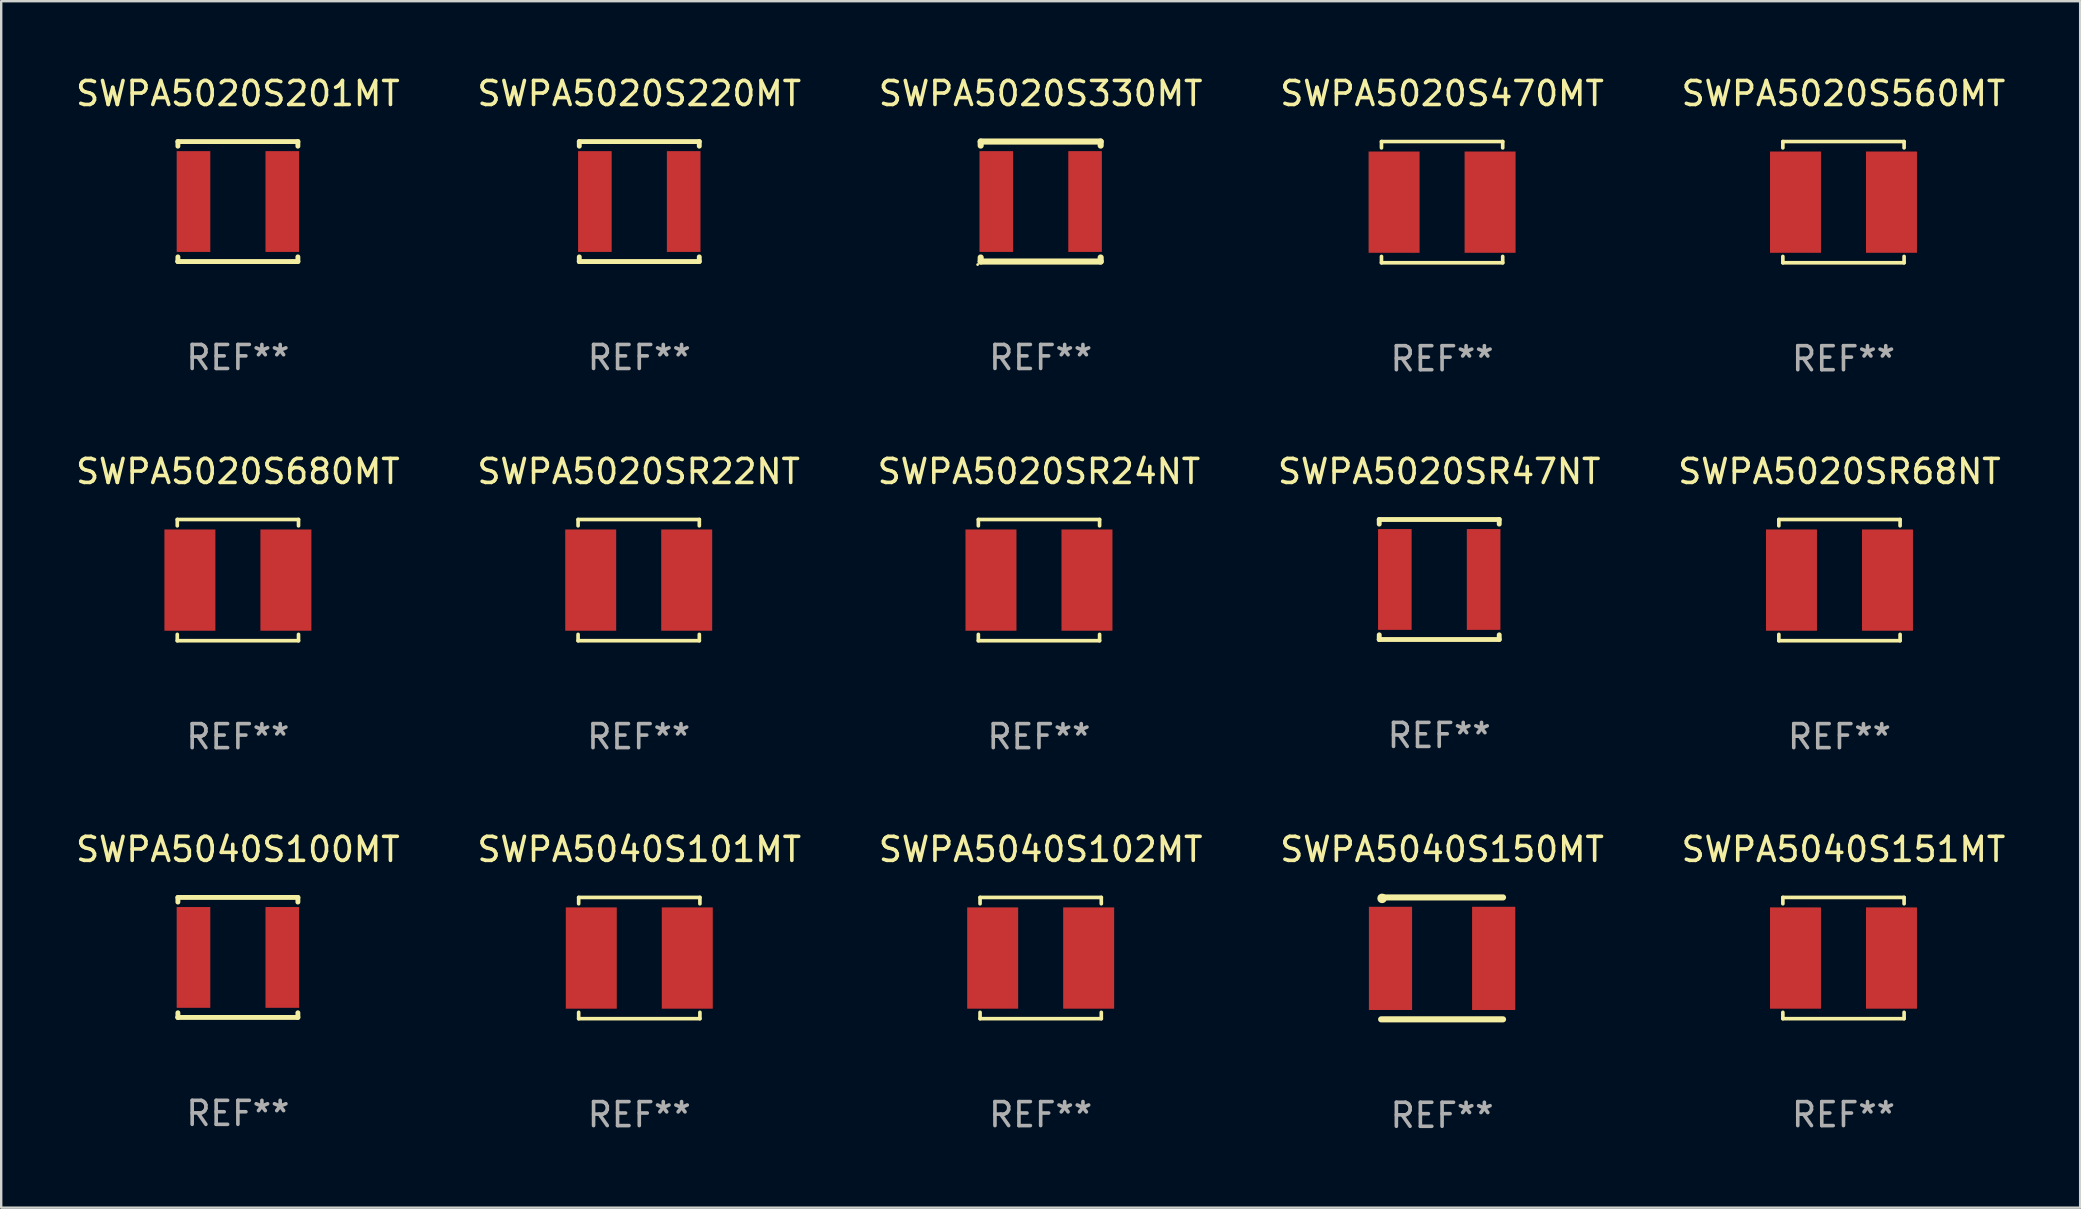
<source format=kicad_pcb>
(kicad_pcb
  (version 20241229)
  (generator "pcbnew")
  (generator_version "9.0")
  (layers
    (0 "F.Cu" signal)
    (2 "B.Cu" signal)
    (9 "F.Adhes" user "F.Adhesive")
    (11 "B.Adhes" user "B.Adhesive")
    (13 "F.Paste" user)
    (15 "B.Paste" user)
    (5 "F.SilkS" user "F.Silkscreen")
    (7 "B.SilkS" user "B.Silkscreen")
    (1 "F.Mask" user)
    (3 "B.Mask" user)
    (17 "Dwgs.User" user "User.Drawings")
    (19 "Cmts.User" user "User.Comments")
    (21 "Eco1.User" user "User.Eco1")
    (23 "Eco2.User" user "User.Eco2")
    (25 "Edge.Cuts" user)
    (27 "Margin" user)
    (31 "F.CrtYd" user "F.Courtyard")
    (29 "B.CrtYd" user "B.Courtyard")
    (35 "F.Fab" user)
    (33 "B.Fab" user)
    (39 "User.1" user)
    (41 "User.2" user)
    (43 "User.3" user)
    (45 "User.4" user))
  (footprint "SWPA5020S680MT"
    (layer "F.Cu")
    (at 6.863 21.123)
    (property "Reference" "SWPA5020S680MT" (at 0 -4.526 0) (layer "F.SilkS") (effects (font (size 1 1) (thickness 0.15))))
    (attr through_hole)
    (fp_line (start -2.526 -2.526) (end 2.526 -2.526) (stroke (width 0.152) (type solid)) (layer "F.SilkS"))
    (fp_line (start -2.526 -2.262) (end -2.526 -2.526) (stroke (width 0.152) (type solid)) (layer "F.SilkS"))
    (fp_line (start -2.526 2.262) (end -2.526 2.526) (stroke (width 0.152) (type solid)) (layer "F.SilkS"))
    (fp_line (start -2.526 2.526) (end 2.526 2.526) (stroke (width 0.152) (type solid)) (layer "F.SilkS"))
    (fp_line (start 2.526 -2.526) (end 2.526 -2.262) (stroke (width 0.152) (type solid)) (layer "F.SilkS"))
    (fp_line (start 2.526 2.526) (end 2.526 2.262) (stroke (width 0.152) (type solid)) (layer "F.SilkS"))
    (fp_circle (center 2.5 -2.5) (end 2.53 -2.5) (stroke (width 0.06) (type solid)) (fill no) (layer "F.SilkS"))
    (fp_text user "REF**" (at 0 6.526 0) (layer "F.Fab") (effects (font (size 1 1) (thickness 0.15))))
    (pad "1" smd rect (at 2 0) (size 2.124 4.22) (layers "F.Cu" "F.Mask" "F.Paste"))
    (pad "2" smd rect (at -2 0) (size 2.124 4.22) (layers "F.Cu" "F.Mask" "F.Paste")))
  (footprint "SWPA5040S151MT"
    (layer "F.Cu")
    (at 73.768 36.872)
    (property "Reference" "SWPA5040S151MT" (at 0 -4.526 0) (layer "F.SilkS") (effects (font (size 1 1) (thickness 0.15))))
    (attr through_hole)
    (fp_line (start -2.526 -2.526) (end 2.526 -2.526) (stroke (width 0.152) (type solid)) (layer "F.SilkS"))
    (fp_line (start -2.526 -2.262) (end -2.526 -2.526) (stroke (width 0.152) (type solid)) (layer "F.SilkS"))
    (fp_line (start -2.526 2.262) (end -2.526 2.526) (stroke (width 0.152) (type solid)) (layer "F.SilkS"))
    (fp_line (start -2.526 2.526) (end 2.526 2.526) (stroke (width 0.152) (type solid)) (layer "F.SilkS"))
    (fp_line (start 2.526 -2.526) (end 2.526 -2.262) (stroke (width 0.152) (type solid)) (layer "F.SilkS"))
    (fp_line (start 2.526 2.526) (end 2.526 2.262) (stroke (width 0.152) (type solid)) (layer "F.SilkS"))
    (fp_circle (center 2.5 -2.5) (end 2.53 -2.5) (stroke (width 0.06) (type solid)) (fill no) (layer "F.SilkS"))
    (fp_text user "REF**" (at 0 6.526 0) (layer "F.Fab") (effects (font (size 1 1) (thickness 0.15))))
    (pad "1" smd rect (at 2 0) (size 2.124 4.22) (layers "F.Cu" "F.Mask" "F.Paste"))
    (pad "2" smd rect (at -2 0) (size 2.124 4.22) (layers "F.Cu" "F.Mask" "F.Paste")))
  (footprint "SWPA5020SR47NT"
    (layer "F.Cu")
    (at 56.923 21.097)
    (property "Reference" "SWPA5020SR47NT" (at 0 -4.5 0) (layer "F.SilkS") (effects (font (size 1 1) (thickness 0.15))))
    (attr through_hole)
    (fp_line (start -2.5 -2.5) (end -2.5 -2.306) (stroke (width 0.203) (type solid)) (layer "F.SilkS"))
    (fp_line (start -2.5 -2.5) (end 2.5 -2.5) (stroke (width 0.203) (type solid)) (layer "F.SilkS"))
    (fp_line (start -2.5 2.306) (end -2.5 2.5) (stroke (width 0.203) (type solid)) (layer "F.SilkS"))
    (fp_line (start -2.5 2.5) (end 2.5 2.5) (stroke (width 0.203) (type solid)) (layer "F.SilkS"))
    (fp_line (start 2.5 -2.306) (end 2.5 -2.5) (stroke (width 0.203) (type solid)) (layer "F.SilkS"))
    (fp_line (start 2.5 2.5) (end 2.5 2.306) (stroke (width 0.203) (type solid)) (layer "F.SilkS"))
    (fp_circle (center -2.5 2.5) (end -2.45 2.5) (stroke (width 0.1) (type solid)) (fill no) (layer "F.SilkS"))
    (fp_text user "REF**" (at 0 6.5 0) (layer "F.Fab") (effects (font (size 1 1) (thickness 0.15))))
    (pad "1" smd rect (at -1.85 0) (size 1.4 4.2) (layers "F.Cu" "F.Mask" "F.Paste"))
    (pad "2" smd rect (at 1.85 0) (size 1.4 4.2) (layers "F.Cu" "F.Mask" "F.Paste")))
  (footprint "SWPA5020S470MT"
    (layer "F.Cu")
    (at 57.042 5.374)
    (property "Reference" "SWPA5020S470MT" (at 0 -4.526 0) (layer "F.SilkS") (effects (font (size 1 1) (thickness 0.15))))
    (attr through_hole)
    (fp_line (start -2.526 -2.526) (end 2.526 -2.526) (stroke (width 0.152) (type solid)) (layer "F.SilkS"))
    (fp_line (start -2.526 -2.262) (end -2.526 -2.526) (stroke (width 0.152) (type solid)) (layer "F.SilkS"))
    (fp_line (start -2.526 2.262) (end -2.526 2.526) (stroke (width 0.152) (type solid)) (layer "F.SilkS"))
    (fp_line (start -2.526 2.526) (end 2.526 2.526) (stroke (width 0.152) (type solid)) (layer "F.SilkS"))
    (fp_line (start 2.526 -2.526) (end 2.526 -2.262) (stroke (width 0.152) (type solid)) (layer "F.SilkS"))
    (fp_line (start 2.526 2.526) (end 2.526 2.262) (stroke (width 0.152) (type solid)) (layer "F.SilkS"))
    (fp_circle (center 2.5 -2.5) (end 2.53 -2.5) (stroke (width 0.06) (type solid)) (fill no) (layer "F.SilkS"))
    (fp_text user "REF**" (at 0 6.526 0) (layer "F.Fab") (effects (font (size 1 1) (thickness 0.15))))
    (pad "1" smd rect (at 2 0) (size 2.124 4.22) (layers "F.Cu" "F.Mask" "F.Paste"))
    (pad "2" smd rect (at -2 0) (size 2.124 4.22) (layers "F.Cu" "F.Mask" "F.Paste")))
  (footprint "SWPA5020SR24NT"
    (layer "F.Cu")
    (at 40.244 21.123)
    (property "Reference" "SWPA5020SR24NT" (at 0 -4.526 0) (layer "F.SilkS") (effects (font (size 1 1) (thickness 0.15))))
    (attr through_hole)
    (fp_line (start -2.526 -2.526) (end 2.526 -2.526) (stroke (width 0.152) (type solid)) (layer "F.SilkS"))
    (fp_line (start -2.526 -2.262) (end -2.526 -2.526) (stroke (width 0.152) (type solid)) (layer "F.SilkS"))
    (fp_line (start -2.526 2.262) (end -2.526 2.526) (stroke (width 0.152) (type solid)) (layer "F.SilkS"))
    (fp_line (start -2.526 2.526) (end 2.526 2.526) (stroke (width 0.152) (type solid)) (layer "F.SilkS"))
    (fp_line (start 2.526 -2.526) (end 2.526 -2.262) (stroke (width 0.152) (type solid)) (layer "F.SilkS"))
    (fp_line (start 2.526 2.526) (end 2.526 2.262) (stroke (width 0.152) (type solid)) (layer "F.SilkS"))
    (fp_circle (center 2.5 -2.5) (end 2.53 -2.5) (stroke (width 0.06) (type solid)) (fill no) (layer "F.SilkS"))
    (fp_text user "REF**" (at 0 6.526 0) (layer "F.Fab") (effects (font (size 1 1) (thickness 0.15))))
    (pad "1" smd rect (at 2 0) (size 2.124 4.22) (layers "F.Cu" "F.Mask" "F.Paste"))
    (pad "2" smd rect (at -2 0) (size 2.124 4.22) (layers "F.Cu" "F.Mask" "F.Paste")))
  (footprint "SWPA5020S201MT"
    (layer "F.Cu")
    (at 6.863 5.348)
    (property "Reference" "SWPA5020S201MT" (at 0 -4.5 0) (layer "F.SilkS") (effects (font (size 1 1) (thickness 0.15))))
    (attr through_hole)
    (fp_line (start -2.5 -2.5) (end -2.5 -2.306) (stroke (width 0.203) (type solid)) (layer "F.SilkS"))
    (fp_line (start -2.5 -2.5) (end 2.5 -2.5) (stroke (width 0.203) (type solid)) (layer "F.SilkS"))
    (fp_line (start -2.5 2.306) (end -2.5 2.5) (stroke (width 0.203) (type solid)) (layer "F.SilkS"))
    (fp_line (start -2.5 2.5) (end 2.5 2.5) (stroke (width 0.203) (type solid)) (layer "F.SilkS"))
    (fp_line (start 2.5 -2.306) (end 2.5 -2.5) (stroke (width 0.203) (type solid)) (layer "F.SilkS"))
    (fp_line (start 2.5 2.5) (end 2.5 2.306) (stroke (width 0.203) (type solid)) (layer "F.SilkS"))
    (fp_circle (center -2.5 2.5) (end -2.45 2.5) (stroke (width 0.1) (type solid)) (fill no) (layer "F.SilkS"))
    (fp_text user "REF**" (at 0 6.5 0) (layer "F.Fab") (effects (font (size 1 1) (thickness 0.15))))
    (pad "1" smd rect (at -1.85 0) (size 1.4 4.2) (layers "F.Cu" "F.Mask" "F.Paste"))
    (pad "2" smd rect (at 1.85 0) (size 1.4 4.2) (layers "F.Cu" "F.Mask" "F.Paste")))
  (footprint "SWPA5020SR22NT"
    (layer "F.Cu")
    (at 23.565 21.123)
    (property "Reference" "SWPA5020SR22NT" (at 0 -4.526 0) (layer "F.SilkS") (effects (font (size 1 1) (thickness 0.15))))
    (attr through_hole)
    (fp_line (start -2.526 -2.526) (end 2.526 -2.526) (stroke (width 0.152) (type solid)) (layer "F.SilkS"))
    (fp_line (start -2.526 -2.262) (end -2.526 -2.526) (stroke (width 0.152) (type solid)) (layer "F.SilkS"))
    (fp_line (start -2.526 2.262) (end -2.526 2.526) (stroke (width 0.152) (type solid)) (layer "F.SilkS"))
    (fp_line (start -2.526 2.526) (end 2.526 2.526) (stroke (width 0.152) (type solid)) (layer "F.SilkS"))
    (fp_line (start 2.526 -2.526) (end 2.526 -2.262) (stroke (width 0.152) (type solid)) (layer "F.SilkS"))
    (fp_line (start 2.526 2.526) (end 2.526 2.262) (stroke (width 0.152) (type solid)) (layer "F.SilkS"))
    (fp_circle (center 2.5 -2.5) (end 2.53 -2.5) (stroke (width 0.06) (type solid)) (fill no) (layer "F.SilkS"))
    (fp_text user "REF**" (at 0 6.526 0) (layer "F.Fab") (effects (font (size 1 1) (thickness 0.15))))
    (pad "1" smd rect (at 2 0) (size 2.124 4.22) (layers "F.Cu" "F.Mask" "F.Paste"))
    (pad "2" smd rect (at -2 0) (size 2.124 4.22) (layers "F.Cu" "F.Mask" "F.Paste")))
  (footprint "SWPA5020S330MT"
    (layer "F.Cu")
    (at 40.315 5.348)
    (property "Reference" "SWPA5020S330MT" (at 0 -4.5 0) (layer "F.SilkS") (effects (font (size 1 1) (thickness 0.15))))
    (attr through_hole)
    (fp_line (start -2.5 -2.5) (end 2.5 -2.5) (stroke (width 0.254) (type solid)) (layer "F.SilkS"))
    (fp_line (start -2.5 -2.331) (end -2.5 -2.5) (stroke (width 0.254) (type solid)) (layer "F.SilkS"))
    (fp_line (start -2.5 2.5) (end -2.5 2.331) (stroke (width 0.254) (type solid)) (layer "F.SilkS"))
    (fp_line (start -2.5 2.5) (end 2.5 2.5) (stroke (width 0.254) (type solid)) (layer "F.SilkS"))
    (fp_line (start 2.5 -2.331) (end 2.5 -2.5) (stroke (width 0.254) (type solid)) (layer "F.SilkS"))
    (fp_line (start 2.5 2.5) (end 2.5 2.331) (stroke (width 0.254) (type solid)) (layer "F.SilkS"))
    (fp_circle (center -2.627 2.627) (end -2.597 2.627) (stroke (width 0.06) (type solid)) (fill no) (layer "F.SilkS"))
    (fp_text user "REF**" (at 0 6.5 0) (layer "F.Fab") (effects (font (size 1 1) (thickness 0.15))))
    (pad "1" smd rect (at -1.85 0) (size 1.4 4.2) (layers "F.Cu" "F.Mask" "F.Paste"))
    (pad "2" smd rect (at 1.85 0) (size 1.4 4.2) (layers "F.Cu" "F.Mask" "F.Paste")))
  (footprint "SWPA5020S220MT"
    (layer "F.Cu")
    (at 23.589 5.348)
    (property "Reference" "SWPA5020S220MT" (at 0 -4.5 0) (layer "F.SilkS") (effects (font (size 1 1) (thickness 0.15))))
    (attr through_hole)
    (fp_line (start -2.5 -2.5) (end -2.5 -2.306) (stroke (width 0.203) (type solid)) (layer "F.SilkS"))
    (fp_line (start -2.5 -2.5) (end 2.5 -2.5) (stroke (width 0.203) (type solid)) (layer "F.SilkS"))
    (fp_line (start -2.5 2.306) (end -2.5 2.5) (stroke (width 0.203) (type solid)) (layer "F.SilkS"))
    (fp_line (start -2.5 2.5) (end 2.5 2.5) (stroke (width 0.203) (type solid)) (layer "F.SilkS"))
    (fp_line (start 2.5 -2.306) (end 2.5 -2.5) (stroke (width 0.203) (type solid)) (layer "F.SilkS"))
    (fp_line (start 2.5 2.5) (end 2.5 2.306) (stroke (width 0.203) (type solid)) (layer "F.SilkS"))
    (fp_circle (center -2.5 2.5) (end -2.45 2.5) (stroke (width 0.1) (type solid)) (fill no) (layer "F.SilkS"))
    (fp_text user "REF**" (at 0 6.5 0) (layer "F.Fab") (effects (font (size 1 1) (thickness 0.15))))
    (pad "1" smd rect (at -1.85 0) (size 1.4 4.2) (layers "F.Cu" "F.Mask" "F.Paste"))
    (pad "2" smd rect (at 1.85 0) (size 1.4 4.2) (layers "F.Cu" "F.Mask" "F.Paste")))
  (footprint "SWPA5040S102MT"
    (layer "F.Cu")
    (at 40.315 36.872)
    (property "Reference" "SWPA5040S102MT" (at 0 -4.526 0) (layer "F.SilkS") (effects (font (size 1 1) (thickness 0.15))))
    (attr through_hole)
    (fp_line (start -2.526 -2.526) (end 2.526 -2.526) (stroke (width 0.152) (type solid)) (layer "F.SilkS"))
    (fp_line (start -2.526 -2.262) (end -2.526 -2.526) (stroke (width 0.152) (type solid)) (layer "F.SilkS"))
    (fp_line (start -2.526 2.262) (end -2.526 2.526) (stroke (width 0.152) (type solid)) (layer "F.SilkS"))
    (fp_line (start -2.526 2.526) (end 2.526 2.526) (stroke (width 0.152) (type solid)) (layer "F.SilkS"))
    (fp_line (start 2.526 -2.526) (end 2.526 -2.262) (stroke (width 0.152) (type solid)) (layer "F.SilkS"))
    (fp_line (start 2.526 2.526) (end 2.526 2.262) (stroke (width 0.152) (type solid)) (layer "F.SilkS"))
    (fp_circle (center 2.5 -2.5) (end 2.53 -2.5) (stroke (width 0.06) (type solid)) (fill no) (layer "F.SilkS"))
    (fp_text user "REF**" (at 0 6.526 0) (layer "F.Fab") (effects (font (size 1 1) (thickness 0.15))))
    (pad "1" smd rect (at 2 0) (size 2.124 4.22) (layers "F.Cu" "F.Mask" "F.Paste"))
    (pad "2" smd rect (at -2 0) (size 2.124 4.22) (layers "F.Cu" "F.Mask" "F.Paste")))
  (footprint "SWPA5040S101MT"
    (layer "F.Cu")
    (at 23.589 36.872)
    (property "Reference" "SWPA5040S101MT" (at 0 -4.526 0) (layer "F.SilkS") (effects (font (size 1 1) (thickness 0.15))))
    (attr through_hole)
    (fp_line (start -2.526 -2.526) (end 2.526 -2.526) (stroke (width 0.152) (type solid)) (layer "F.SilkS"))
    (fp_line (start -2.526 -2.262) (end -2.526 -2.526) (stroke (width 0.152) (type solid)) (layer "F.SilkS"))
    (fp_line (start -2.526 2.262) (end -2.526 2.526) (stroke (width 0.152) (type solid)) (layer "F.SilkS"))
    (fp_line (start -2.526 2.526) (end 2.526 2.526) (stroke (width 0.152) (type solid)) (layer "F.SilkS"))
    (fp_line (start 2.526 -2.526) (end 2.526 -2.262) (stroke (width 0.152) (type solid)) (layer "F.SilkS"))
    (fp_line (start 2.526 2.526) (end 2.526 2.262) (stroke (width 0.152) (type solid)) (layer "F.SilkS"))
    (fp_circle (center 2.5 -2.5) (end 2.53 -2.5) (stroke (width 0.06) (type solid)) (fill no) (layer "F.SilkS"))
    (fp_text user "REF**" (at 0 6.526 0) (layer "F.Fab") (effects (font (size 1 1) (thickness 0.15))))
    (pad "1" smd rect (at 2 0) (size 2.124 4.22) (layers "F.Cu" "F.Mask" "F.Paste"))
    (pad "2" smd rect (at -2 0) (size 2.124 4.22) (layers "F.Cu" "F.Mask" "F.Paste")))
  (footprint "SWPA5020S560MT"
    (layer "F.Cu")
    (at 73.768 5.374)
    (property "Reference" "SWPA5020S560MT" (at 0 -4.526 0) (layer "F.SilkS") (effects (font (size 1 1) (thickness 0.15))))
    (attr through_hole)
    (fp_line (start -2.526 -2.526) (end 2.526 -2.526) (stroke (width 0.152) (type solid)) (layer "F.SilkS"))
    (fp_line (start -2.526 -2.262) (end -2.526 -2.526) (stroke (width 0.152) (type solid)) (layer "F.SilkS"))
    (fp_line (start -2.526 2.262) (end -2.526 2.526) (stroke (width 0.152) (type solid)) (layer "F.SilkS"))
    (fp_line (start -2.526 2.526) (end 2.526 2.526) (stroke (width 0.152) (type solid)) (layer "F.SilkS"))
    (fp_line (start 2.526 -2.526) (end 2.526 -2.262) (stroke (width 0.152) (type solid)) (layer "F.SilkS"))
    (fp_line (start 2.526 2.526) (end 2.526 2.262) (stroke (width 0.152) (type solid)) (layer "F.SilkS"))
    (fp_circle (center 2.5 -2.5) (end 2.53 -2.5) (stroke (width 0.06) (type solid)) (fill no) (layer "F.SilkS"))
    (fp_text user "REF**" (at 0 6.526 0) (layer "F.Fab") (effects (font (size 1 1) (thickness 0.15))))
    (pad "1" smd rect (at 2 0) (size 2.124 4.22) (layers "F.Cu" "F.Mask" "F.Paste"))
    (pad "2" smd rect (at -2 0) (size 2.124 4.22) (layers "F.Cu" "F.Mask" "F.Paste")))
  (footprint "SWPA5020SR68NT"
    (layer "F.Cu")
    (at 73.601 21.123)
    (property "Reference" "SWPA5020SR68NT" (at 0 -4.526 0) (layer "F.SilkS") (effects (font (size 1 1) (thickness 0.15))))
    (attr through_hole)
    (fp_line (start -2.526 -2.526) (end 2.526 -2.526) (stroke (width 0.152) (type solid)) (layer "F.SilkS"))
    (fp_line (start -2.526 -2.262) (end -2.526 -2.526) (stroke (width 0.152) (type solid)) (layer "F.SilkS"))
    (fp_line (start -2.526 2.262) (end -2.526 2.526) (stroke (width 0.152) (type solid)) (layer "F.SilkS"))
    (fp_line (start -2.526 2.526) (end 2.526 2.526) (stroke (width 0.152) (type solid)) (layer "F.SilkS"))
    (fp_line (start 2.526 -2.526) (end 2.526 -2.262) (stroke (width 0.152) (type solid)) (layer "F.SilkS"))
    (fp_line (start 2.526 2.526) (end 2.526 2.262) (stroke (width 0.152) (type solid)) (layer "F.SilkS"))
    (fp_circle (center 2.5 -2.5) (end 2.53 -2.5) (stroke (width 0.06) (type solid)) (fill no) (layer "F.SilkS"))
    (fp_text user "REF**" (at 0 6.526 0) (layer "F.Fab") (effects (font (size 1 1) (thickness 0.15))))
    (pad "1" smd rect (at 2 0) (size 2.124 4.22) (layers "F.Cu" "F.Mask" "F.Paste"))
    (pad "2" smd rect (at -2 0) (size 2.124 4.22) (layers "F.Cu" "F.Mask" "F.Paste")))
  (footprint "SWPA5040S100MT"
    (layer "F.Cu")
    (at 6.863 36.846)
    (property "Reference" "SWPA5040S100MT" (at 0 -4.5 0) (layer "F.SilkS") (effects (font (size 1 1) (thickness 0.15))))
    (attr through_hole)
    (fp_line (start -2.5 -2.5) (end -2.5 -2.306) (stroke (width 0.203) (type solid)) (layer "F.SilkS"))
    (fp_line (start -2.5 -2.5) (end 2.5 -2.5) (stroke (width 0.203) (type solid)) (layer "F.SilkS"))
    (fp_line (start -2.5 2.306) (end -2.5 2.5) (stroke (width 0.203) (type solid)) (layer "F.SilkS"))
    (fp_line (start -2.5 2.5) (end 2.5 2.5) (stroke (width 0.203) (type solid)) (layer "F.SilkS"))
    (fp_line (start 2.5 -2.306) (end 2.5 -2.5) (stroke (width 0.203) (type solid)) (layer "F.SilkS"))
    (fp_line (start 2.5 2.5) (end 2.5 2.306) (stroke (width 0.203) (type solid)) (layer "F.SilkS"))
    (fp_circle (center -2.5 2.5) (end -2.45 2.5) (stroke (width 0.1) (type solid)) (fill no) (layer "F.SilkS"))
    (fp_text user "REF**" (at 0 6.5 0) (layer "F.Fab") (effects (font (size 1 1) (thickness 0.15))))
    (pad "1" smd rect (at -1.85 0) (size 1.4 4.2) (layers "F.Cu" "F.Mask" "F.Paste"))
    (pad "2" smd rect (at 1.85 0) (size 1.4 4.2) (layers "F.Cu" "F.Mask" "F.Paste")))
  (footprint "SWPA5040S150MT"
    (layer "F.Cu")
    (at 57.042 36.886)
    (property "Reference" "SWPA5040S150MT" (at 0 -4.54 0) (layer "F.SilkS") (effects (font (size 1 1) (thickness 0.15))))
    (attr through_hole)
    (fp_line (start -2.54 -2.54) (end 2.54 -2.54) (stroke (width 0.254) (type solid)) (layer "F.SilkS"))
    (fp_line (start 2.54 2.54) (end -2.54 2.54) (stroke (width 0.254) (type solid)) (layer "F.SilkS"))
    (fp_circle (center -2.5 -2.5) (end -2.4 -2.5) (stroke (width 0.2) (type solid)) (fill no) (layer "F.SilkS"))
    (fp_text user "REF**" (at 0 6.54 0) (layer "F.Fab") (effects (font (size 1 1) (thickness 0.15))))
    (pad "1" smd rect (at -2.15 0) (size 1.801 4.3) (layers "F.Cu" "F.Mask" "F.Paste"))
    (pad "2" smd rect (at 2.15 0) (size 1.801 4.3) (layers "F.Cu" "F.Mask" "F.Paste")))
  (gr_rect
    (start -3 -3)
    (end 83.631 47.274)
    (stroke (width 0.1) (type default))
    (fill no)
    (layer "Edge.Cuts")))
</source>
